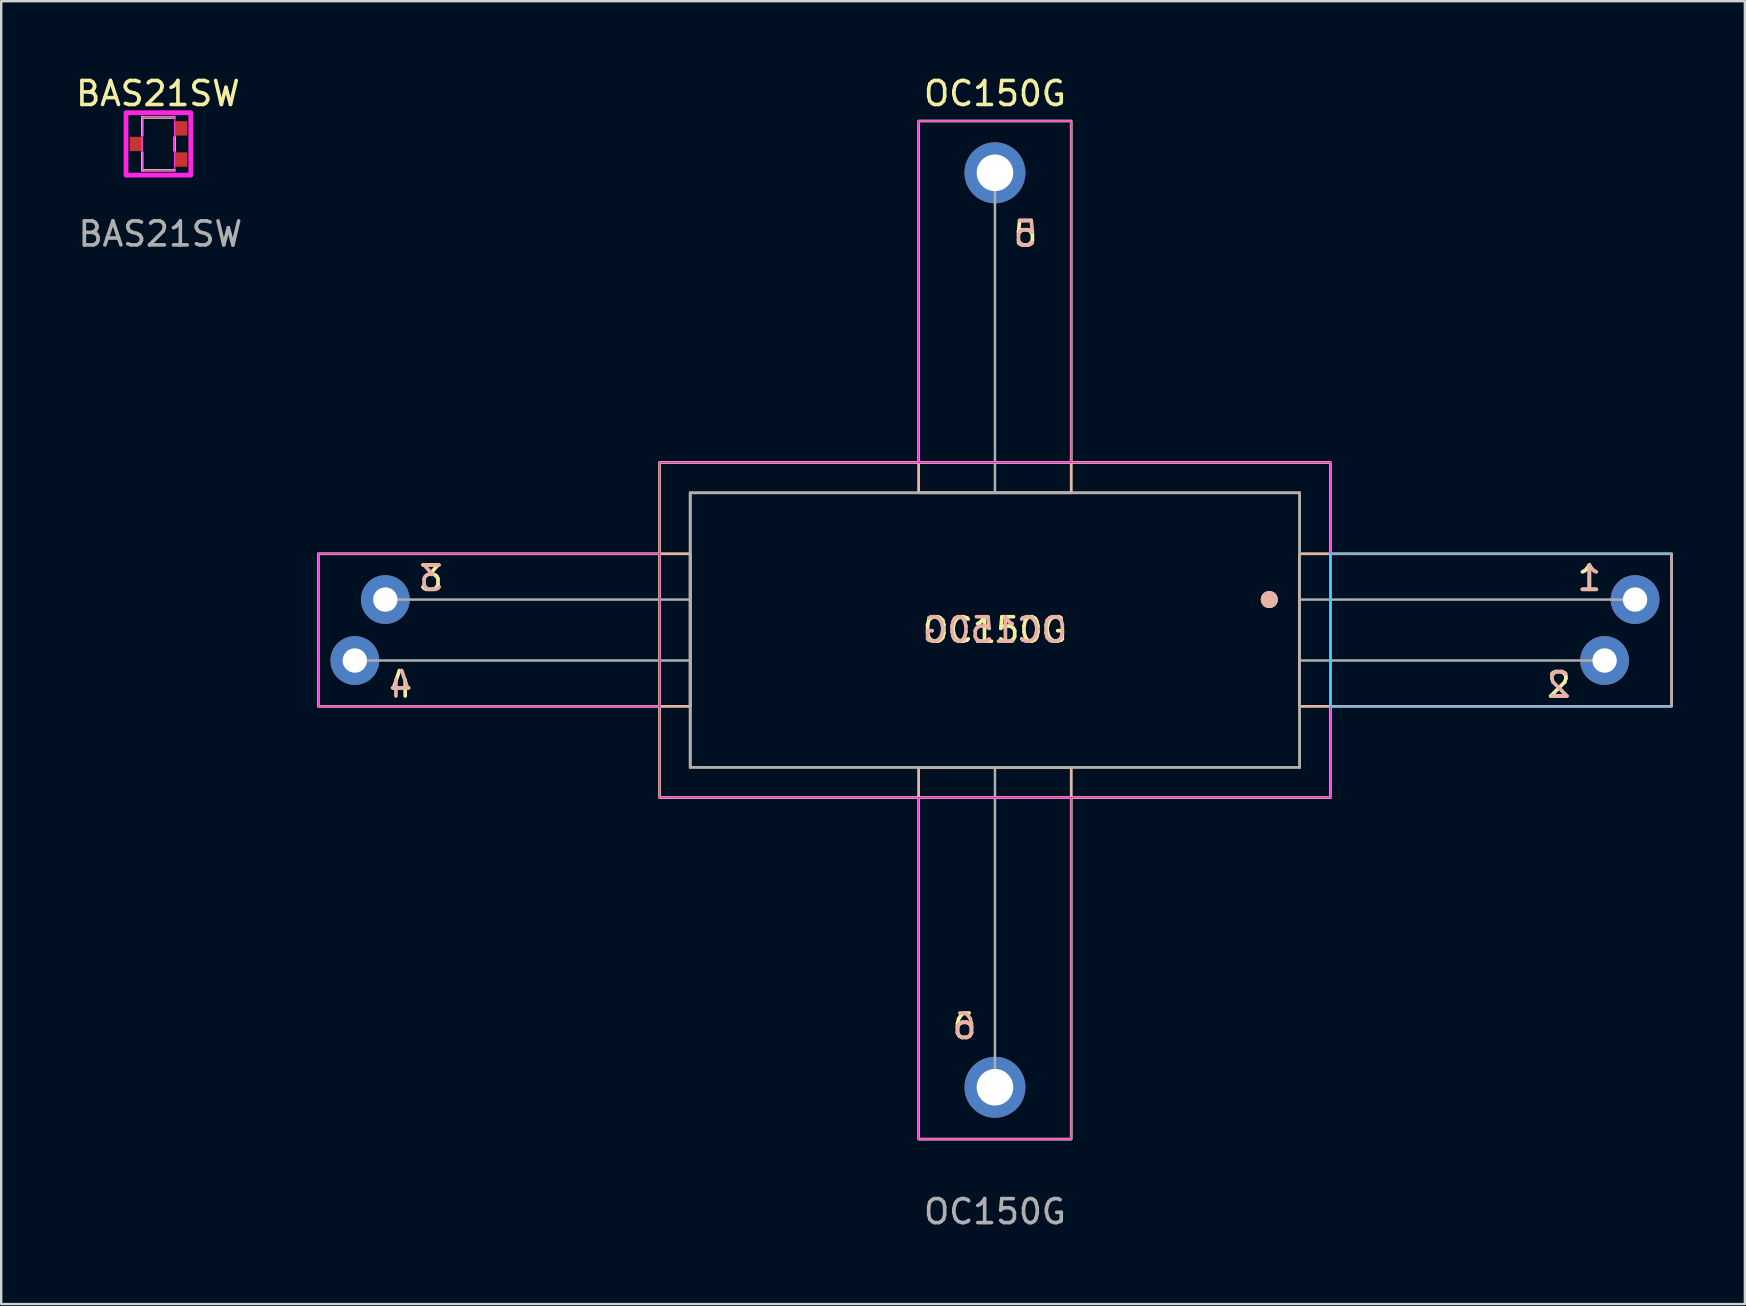
<source format=kicad_pcb>
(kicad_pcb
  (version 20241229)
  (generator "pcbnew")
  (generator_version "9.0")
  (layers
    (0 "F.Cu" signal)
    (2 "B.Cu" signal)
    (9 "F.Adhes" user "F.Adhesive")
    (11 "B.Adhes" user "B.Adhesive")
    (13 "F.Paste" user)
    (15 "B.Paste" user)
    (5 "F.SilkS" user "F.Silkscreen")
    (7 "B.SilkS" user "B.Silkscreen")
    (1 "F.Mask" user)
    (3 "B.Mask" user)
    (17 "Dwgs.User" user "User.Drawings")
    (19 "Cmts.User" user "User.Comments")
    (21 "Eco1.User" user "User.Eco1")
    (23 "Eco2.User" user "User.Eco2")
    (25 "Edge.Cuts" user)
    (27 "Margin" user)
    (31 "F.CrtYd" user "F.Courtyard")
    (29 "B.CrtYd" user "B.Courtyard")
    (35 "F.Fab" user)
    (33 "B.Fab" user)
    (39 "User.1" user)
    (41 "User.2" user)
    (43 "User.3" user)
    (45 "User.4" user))
  (footprint "BAS21SW"
    (layer "F.Cu")
    (at 3.55 2.948)
    (property "Reference" "BAS21SW" (at -0.02 -2.1 0) (unlocked yes) (layer "F.SilkS") (effects (font (size 1 1) (thickness 0.15))))
    (attr smd)
    (fp_line (start -0.675 -1.1) (end -0.675 -1.1) (stroke (width 0.1) (type solid)) (layer "F.SilkS"))
    (fp_line (start -0.675 -0.36) (end -0.675 -1.1) (stroke (width 0.1) (type solid)) (layer "F.SilkS"))
    (fp_line (start -0.675 1.1) (end -0.675 0.36) (stroke (width 0.1) (type solid)) (layer "F.SilkS"))
    (fp_line (start 0.675 -1.1) (end -0.675 -1.1) (stroke (width 0.1) (type solid)) (layer "F.SilkS"))
    (fp_line (start 0.675 0.29) (end 0.675 -0.29) (stroke (width 0.1) (type solid)) (layer "F.SilkS"))
    (fp_line (start 0.675 1.1) (end -0.675 1.1) (stroke (width 0.1) (type solid)) (layer "F.SilkS"))
    (fp_rect (start -1.35 -1.3) (end 1.35 1.3) (stroke (width 0.1) (type solid)) (fill no) (layer "F.SilkS"))
    (fp_rect (start -1.35 -1.3) (end 1.35 1.3) (stroke (width 0.2) (type solid)) (fill no) (layer "F.CrtYd"))
    (fp_rect (start -0.675 -1.1) (end 0.675 1.1) (stroke (width 0.04) (type solid)) (fill no) (layer "F.CrtYd"))
    (fp_rect (start -0.675 -1.1) (end 0.675 1.1) (stroke (width 0.04) (type solid)) (fill no) (layer "F.Fab"))
    (fp_text user "${REFERENCE}" (at 0.08 3.75 0) (unlocked yes) (layer "F.Fab") (effects (font (size 1 1) (thickness 0.15))))
    (pad "1" smd rect (at 0.925 0.65) (size 0.55 0.6) (layers "F.Cu" "F.Mask" "F.Paste"))
    (pad "2" smd rect (at 0.925 -0.65) (size 0.55 0.6) (layers "F.Cu" "F.Mask" "F.Paste"))
    (pad "3" smd rect (at -0.925 0) (size 0.55 0.6) (layers "F.Cu" "F.Mask" "F.Paste")))
  (footprint "OC150G"
    (layer "F.Cu")
    (at 38.404 23.2)
    (property "Reference" "OC150G" (at 0 -22.352 0) (unlocked yes) (layer "F.SilkS") (effects (font (size 1 1) (thickness 0.15))))
    (attr through_hole)
    (fp_line (start -12.7 -5.715) (end -12.7 5.715) (stroke (width 0.102) (type solid)) (layer "F.SilkS"))
    (fp_line (start -12.7 -5.715) (end 12.7 -5.715) (stroke (width 0.102) (type solid)) (layer "F.SilkS"))
    (fp_line (start -12.7 5.715) (end 12.7 5.715) (stroke (width 0.102) (type solid)) (layer "F.SilkS"))
    (fp_line (start 12.7 -5.715) (end 12.7 5.715) (stroke (width 0.102) (type solid)) (layer "F.SilkS"))
    (fp_rect (start -28.194 3.175) (end -12.7 -3.175) (stroke (width 0.102) (type solid)) (fill no) (layer "F.SilkS"))
    (fp_rect (start -13.97 -6.985) (end 13.97 6.985) (stroke (width 0.102) (type solid)) (fill no) (layer "F.SilkS"))
    (fp_rect (start -3.175 -21.209) (end 3.175 -5.715) (stroke (width 0.102) (type solid)) (fill no) (layer "F.SilkS"))
    (fp_rect (start -3.175 5.715) (end 3.175 21.209) (stroke (width 0.102) (type solid)) (fill no) (layer "F.SilkS"))
    (fp_rect (start 12.7 3.175) (end 28.194 -3.175) (stroke (width 0.102) (type solid)) (fill no) (layer "F.SilkS"))
    (fp_circle (center 11.43 -1.27) (end 11.684 -1.27) (stroke (width 0.2) (type solid)) (fill yes) (layer "F.SilkS"))
    (fp_line (start -12.7 -5.715) (end -12.7 5.715) (stroke (width 0.102) (type solid)) (layer "B.SilkS"))
    (fp_line (start 12.7 -5.715) (end -12.7 -5.715) (stroke (width 0.102) (type solid)) (layer "B.SilkS"))
    (fp_line (start 12.7 -5.715) (end 12.7 5.715) (stroke (width 0.102) (type solid)) (layer "B.SilkS"))
    (fp_line (start 12.7 5.715) (end -12.7 5.715) (stroke (width 0.102) (type solid)) (layer "B.SilkS"))
    (fp_rect (start -12.7 3.175) (end -28.194 -3.175) (stroke (width 0.102) (type solid)) (fill no) (layer "B.SilkS"))
    (fp_rect (start 3.175 -21.209) (end -3.175 -5.715) (stroke (width 0.102) (type solid)) (fill no) (layer "B.SilkS"))
    (fp_rect (start 3.175 5.715) (end -3.175 21.209) (stroke (width 0.102) (type solid)) (fill no) (layer "B.SilkS"))
    (fp_rect (start 13.97 -6.985) (end -13.97 6.985) (stroke (width 0.102) (type solid)) (fill no) (layer "B.SilkS"))
    (fp_rect (start 28.194 3.175) (end 12.7 -3.175) (stroke (width 0.102) (type solid)) (fill no) (layer "B.SilkS"))
    (fp_circle (center 11.43 -1.27) (end 11.176 -1.27) (stroke (width 0.2) (type solid)) (fill yes) (layer "B.SilkS"))
    (fp_rect (start 28.194 -3.175) (end 13.97 3.175) (stroke (width 0.05) (type solid)) (fill no) (layer "B.CrtYd"))
    (fp_rect (start -28.194 -3.175) (end -13.97 3.175) (stroke (width 0.05) (type solid)) (fill no) (layer "F.CrtYd"))
    (fp_rect (start -13.97 -6.985) (end 13.97 6.985) (stroke (width 0.05) (type solid)) (fill no) (layer "F.CrtYd"))
    (fp_rect (start -3.175 -21.209) (end 3.175 -6.985) (stroke (width 0.05) (type solid)) (fill no) (layer "F.CrtYd"))
    (fp_rect (start -3.175 21.209) (end 3.175 6.985) (stroke (width 0.05) (type solid)) (fill no) (layer "F.CrtYd"))
    (fp_rect (start 28.194 -3.175) (end 13.97 3.175) (stroke (width 0.05) (type solid)) (fill no) (layer "F.CrtYd"))
    (fp_line (start -25.4 -1.27) (end -12.7 -1.27) (stroke (width 0.102) (type solid)) (layer "F.Fab"))
    (fp_line (start -12.7 -5.715) (end -12.7 5.715) (stroke (width 0.102) (type solid)) (layer "F.Fab"))
    (fp_line (start -12.7 -5.715) (end 12.7 -5.715) (stroke (width 0.102) (type solid)) (layer "F.Fab"))
    (fp_line (start -12.7 1.27) (end -26.67 1.27) (stroke (width 0.102) (type solid)) (layer "F.Fab"))
    (fp_line (start -12.7 5.715) (end 12.7 5.715) (stroke (width 0.102) (type solid)) (layer "F.Fab"))
    (fp_line (start 0 -18.415) (end 0 -5.715) (stroke (width 0.102) (type solid)) (layer "F.Fab"))
    (fp_line (start 0 5.715) (end 0 18.415) (stroke (width 0.102) (type solid)) (layer "F.Fab"))
    (fp_line (start 12.7 -5.715) (end 12.7 5.715) (stroke (width 0.102) (type solid)) (layer "F.Fab"))
    (fp_line (start 12.7 -1.27) (end 26.67 -1.27) (stroke (width 0.102) (type solid)) (layer "F.Fab"))
    (fp_line (start 12.7 1.27) (end 25.4 1.27) (stroke (width 0.102) (type solid)) (layer "F.Fab"))
    (fp_text user "1" (at 24.765 -2.159 0) (unlocked yes) (layer "F.SilkS") (effects (font (size 1.016 1.016) (thickness 0.152))))
    (fp_text user "5" (at 1.27 -16.51 0) (unlocked yes) (layer "F.SilkS") (effects (font (size 1.016 1.016) (thickness 0.152))))
    (fp_text user "4" (at -24.765 2.286 0) (unlocked yes) (layer "F.SilkS") (effects (font (size 1.016 1.016) (thickness 0.152))))
    (fp_text user "3" (at -23.495 -2.159 0) (unlocked yes) (layer "F.SilkS") (effects (font (size 1.016 1.016) (thickness 0.152))))
    (fp_text user "6" (at -1.27 16.51 0) (unlocked yes) (layer "F.SilkS") (effects (font (size 1.016 1.016) (thickness 0.152))))
    (fp_text user "2" (at 23.495 2.286 0) (unlocked yes) (layer "F.SilkS") (effects (font (size 1.016 1.016) (thickness 0.152))))
    (fp_text user "OC150G" (at 0 0 0) (unlocked yes) (layer "F.SilkS") (effects (font (size 1.016 1.016) (thickness 0.152))))
    (fp_text user "2" (at 23.495 2.286 0) (unlocked yes) (layer "B.SilkS") (effects (font (size 1.016 1.016) (thickness 0.152)) (justify mirror)))
    (fp_text user "1" (at 24.765 -2.159 0) (unlocked yes) (layer "B.SilkS") (effects (font (size 1.016 1.016) (thickness 0.152)) (justify mirror)))
    (fp_text user "OC150G" (at 0 0 0) (unlocked yes) (layer "B.SilkS") (effects (font (size 1.016 1.016) (thickness 0.152)) (justify mirror)))
    (fp_text user "6" (at -1.27 16.51 0) (unlocked yes) (layer "B.SilkS") (effects (font (size 1.016 1.016) (thickness 0.152)) (justify mirror)))
    (fp_text user "5" (at 1.27 -16.51 0) (unlocked yes) (layer "B.SilkS") (effects (font (size 1.016 1.016) (thickness 0.152)) (justify mirror)))
    (fp_text user "4" (at -24.765 2.286 0) (unlocked yes) (layer "B.SilkS") (effects (font (size 1.016 1.016) (thickness 0.152)) (justify mirror)))
    (fp_text user "3" (at -23.495 -2.159 0) (unlocked yes) (layer "B.SilkS") (effects (font (size 1.016 1.016) (thickness 0.152)) (justify mirror)))
    (fp_text user "${REFERENCE}" (at 0 24.233 0) (unlocked yes) (layer "F.Fab") (effects (font (size 1 1) (thickness 0.15))))
    (pad "1" thru_hole circle (at 26.67 -1.27) (size 2.032 2.032) (drill 1.016) (layers "*.Cu" "*.Mask"))
    (pad "2" thru_hole circle (at 25.4 1.27) (size 2.032 2.032) (drill 1.016) (layers "*.Cu" "*.Mask"))
    (pad "3" thru_hole circle (at -25.4 -1.27) (size 2.032 2.032) (drill 1.016) (layers "*.Cu" "*.Mask"))
    (pad "4" thru_hole circle (at -26.67 1.27) (size 2.032 2.032) (drill 1.016) (layers "*.Cu" "*.Mask"))
    (pad "5" thru_hole circle (at 0 -19.05) (size 2.54 2.54) (drill 1.524) (layers "*.Cu" "*.Mask"))
    (pad "6" thru_hole circle (at 0 19.05) (size 2.54 2.54) (drill 1.524) (layers "*.Cu" "*.Mask")))
  (gr_rect
    (start -3 -3)
    (end 69.649 51.282)
    (stroke (width 0.1) (type default))
    (fill no)
    (layer "Edge.Cuts")))
</source>
